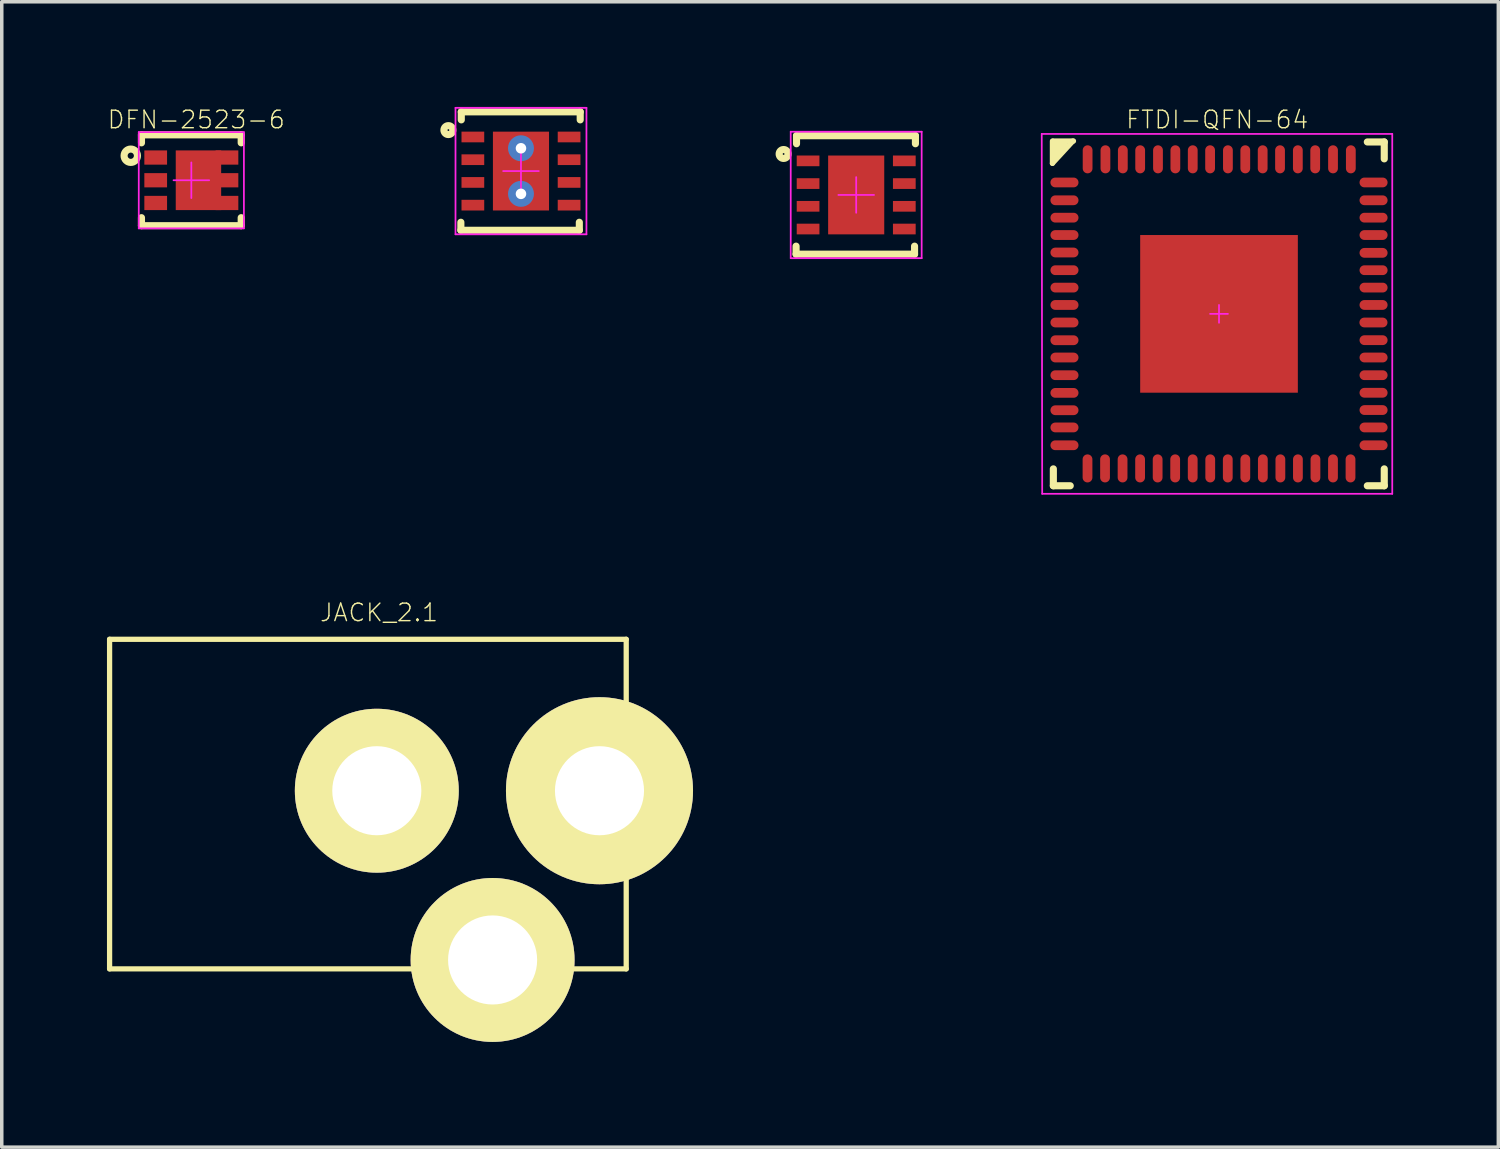
<source format=kicad_pcb>
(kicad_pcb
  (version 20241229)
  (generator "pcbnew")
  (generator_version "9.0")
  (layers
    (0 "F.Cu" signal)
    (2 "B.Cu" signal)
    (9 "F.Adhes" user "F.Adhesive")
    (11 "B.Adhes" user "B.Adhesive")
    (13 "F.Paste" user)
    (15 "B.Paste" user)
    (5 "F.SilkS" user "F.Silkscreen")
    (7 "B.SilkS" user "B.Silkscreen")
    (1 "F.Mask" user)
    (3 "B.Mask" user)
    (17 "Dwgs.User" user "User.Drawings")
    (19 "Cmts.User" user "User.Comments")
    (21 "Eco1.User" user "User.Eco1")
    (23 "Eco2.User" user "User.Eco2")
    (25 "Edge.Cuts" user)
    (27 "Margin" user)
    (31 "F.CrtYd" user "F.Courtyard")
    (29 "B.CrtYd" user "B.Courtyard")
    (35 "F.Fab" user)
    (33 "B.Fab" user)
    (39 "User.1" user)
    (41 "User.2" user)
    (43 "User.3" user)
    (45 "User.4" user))
  (footprint "DFN-3030-8"
    (layer "F.Cu")
    (at 21.365 2.509)
    (property "Reference" "DFN-3030-8" (at -0.279 -2.146 0) (layer "Eco2.User") (effects (font (size 0.5 0.5) (thickness 0.04))))
    (attr smd)
    (fp_line (start -1.714 1.46) (end -1.714 1.689) (stroke (width 0.203) (type solid)) (layer "F.SilkS"))
    (fp_line (start -1.714 1.689) (end 1.664 1.689) (stroke (width 0.203) (type solid)) (layer "F.SilkS"))
    (fp_line (start -1.702 -1.689) (end 1.689 -1.689) (stroke (width 0.203) (type solid)) (layer "F.SilkS"))
    (fp_line (start -1.702 -1.46) (end -1.702 -1.689) (stroke (width 0.203) (type solid)) (layer "F.SilkS"))
    (fp_line (start 1.664 1.689) (end 1.664 1.46) (stroke (width 0.203) (type solid)) (layer "F.SilkS"))
    (fp_line (start 1.689 -1.689) (end 1.689 -1.46) (stroke (width 0.203) (type solid)) (layer "F.SilkS"))
    (fp_circle (center -2.07 -1.168) (end -1.943 -1.168) (stroke (width 0.203) (type solid)) (fill no) (layer "F.SilkS"))
    (fp_line (start -1.867 -1.803) (end -1.867 1.803) (stroke (width 0.05) (type solid)) (layer "F.CrtYd"))
    (fp_line (start -1.867 -1.803) (end 1.867 -1.803) (stroke (width 0.05) (type solid)) (layer "F.CrtYd"))
    (fp_line (start -1.867 1.803) (end 1.867 1.803) (stroke (width 0.05) (type solid)) (layer "F.CrtYd"))
    (fp_line (start -0.508 0) (end 0.508 0) (stroke (width 0.05) (type solid)) (layer "F.CrtYd"))
    (fp_line (start 0 -0.508) (end 0 0.508) (stroke (width 0.05) (type solid)) (layer "F.CrtYd"))
    (fp_line (start 1.867 -1.803) (end 1.867 1.803) (stroke (width 0.05) (type solid)) (layer "F.CrtYd"))
    (pad "1" smd rect (at -1.372 -0.972) (size 0.648 0.305) (layers "F.Cu" "F.Mask" "F.Paste"))
    (pad "2" smd rect (at -1.372 -0.324) (size 0.648 0.305) (layers "F.Cu" "F.Mask" "F.Paste"))
    (pad "3" smd rect (at -1.372 0.324) (size 0.648 0.305) (layers "F.Cu" "F.Mask" "F.Paste"))
    (pad "4" smd rect (at -1.372 0.972) (size 0.648 0.305) (layers "F.Cu" "F.Mask" "F.Paste"))
    (pad "5" smd rect (at 1.372 0.972) (size 0.648 0.305) (layers "F.Cu" "F.Mask" "F.Paste"))
    (pad "6" smd rect (at 1.372 0.324) (size 0.648 0.305) (layers "F.Cu" "F.Mask" "F.Paste"))
    (pad "7" smd rect (at 1.372 -0.324) (size 0.648 0.305) (layers "F.Cu" "F.Mask" "F.Paste"))
    (pad "8" smd rect (at 1.372 -0.972) (size 0.648 0.305) (layers "F.Cu" "F.Mask" "F.Paste"))
    (pad "9" smd rect (at 0 0) (size 1.6 2.248) (layers "F.Cu" "F.Mask" "F.Paste")))
  (footprint "DFN-2523-6"
    (layer "F.Cu")
    (at 2.406 2.09)
    (property "Reference" "DFN-2523-6" (at 0.14 -1.727 0) (layer "F.SilkS") (effects (font (size 0.5 0.5) (thickness 0.04))))
    (attr smd)
    (fp_line (start -1.422 -1.295) (end -1.422 -1.067) (stroke (width 0.203) (type solid)) (layer "F.SilkS"))
    (fp_line (start -1.422 -1.295) (end 1.422 -1.295) (stroke (width 0.203) (type solid)) (layer "F.SilkS"))
    (fp_line (start -1.422 1.067) (end -1.422 1.295) (stroke (width 0.203) (type solid)) (layer "F.SilkS"))
    (fp_line (start -1.422 1.295) (end 1.422 1.295) (stroke (width 0.203) (type solid)) (layer "F.SilkS"))
    (fp_line (start 1.422 -1.295) (end 1.422 -1.067) (stroke (width 0.203) (type solid)) (layer "F.SilkS"))
    (fp_line (start 1.422 1.067) (end 1.422 1.295) (stroke (width 0.203) (type solid)) (layer "F.SilkS"))
    (fp_circle (center -1.727 -0.699) (end -1.638 -0.699) (stroke (width 0.203) (type solid)) (fill no) (layer "F.SilkS"))
    (fp_line (start -1.499 -1.372) (end -1.499 1.372) (stroke (width 0.05) (type solid)) (layer "F.CrtYd"))
    (fp_line (start -1.499 -1.372) (end 1.499 -1.372) (stroke (width 0.05) (type solid)) (layer "F.CrtYd"))
    (fp_line (start -1.499 1.372) (end 1.499 1.372) (stroke (width 0.05) (type solid)) (layer "F.CrtYd"))
    (fp_line (start -0.508 0) (end 0.508 0) (stroke (width 0.05) (type solid)) (layer "F.CrtYd"))
    (fp_line (start 0 -0.508) (end 0 0.508) (stroke (width 0.05) (type solid)) (layer "F.CrtYd"))
    (fp_line (start 1.499 -1.372) (end 1.499 1.372) (stroke (width 0.05) (type solid)) (layer "F.CrtYd"))
    (pad "1" smd rect (at -1.016 -0.648) (size 0.648 0.406) (layers "F.Cu" "F.Mask" "F.Paste"))
    (pad "2" smd rect (at -1.016 0) (size 0.648 0.406) (layers "F.Cu" "F.Mask" "F.Paste"))
    (pad "3" smd rect (at -1.016 0.648) (size 0.648 0.406) (layers "F.Cu" "F.Mask" "F.Paste"))
    (pad "4" smd rect (at 1.016 0.648) (size 0.648 0.406) (layers "F.Cu" "F.Mask" "F.Paste"))
    (pad "5" smd rect (at 1.016 0) (size 0.648 0.406) (layers "F.Cu" "F.Mask" "F.Paste"))
    (pad "6" smd rect (at 0.203 0) (size 1.295 1.702) (layers "F.Cu" "F.Mask" "F.Paste"))
    (pad "6" smd rect (at 1.016 -0.648) (size 0.648 0.406) (layers "F.Cu" "F.Mask" "F.Paste")))
  (footprint "JACK_2.1"
    (layer "F.Cu")
    (at 7.695 19.498)
    (property "Reference" "JACK_2.1" (at 0.064 -5.08 0) (layer "F.SilkS") (effects (font (size 0.5 0.5) (thickness 0.04))))
    (attr through_hole)
    (fp_line (start -7.62 5.08) (end -7.62 -4.318) (stroke (width 0.15) (type solid)) (layer "F.SilkS"))
    (fp_line (start 7.112 -4.318) (end -7.62 -4.318) (stroke (width 0.15) (type solid)) (layer "F.SilkS"))
    (fp_line (start 7.112 5.08) (end -7.62 5.08) (stroke (width 0.15) (type solid)) (layer "F.SilkS"))
    (fp_line (start 7.112 5.08) (end 7.112 -4.318) (stroke (width 0.15) (type solid)) (layer "F.SilkS"))
    (pad "1" thru_hole circle (at 6.35 0) (size 5.334 5.334) (drill 2.54) (layers "*.Cu" "*.Mask" "F.SilkS"))
    (pad "2" thru_hole circle (at 0 0) (size 4.674 4.674) (drill 2.54) (layers "*.Cu" "*.Mask" "F.SilkS"))
    (pad "3" thru_hole circle (at 3.302 4.826) (size 4.674 4.674) (drill 2.54) (layers "*.Cu" "*.Mask" "F.SilkS")))
  (footprint "DFN-3030-8_VIATP"
    (layer "F.Cu")
    (at 11.806 1.828)
    (property "Reference" "DFN-3030-8_VIATP" (at 0.01 0.034 0) (layer "Eco2.User") (effects (font (size 0.5 0.5) (thickness 0.04))))
    (attr smd)
    (fp_line (start -1.714 1.46) (end -1.714 1.689) (stroke (width 0.203) (type solid)) (layer "F.SilkS"))
    (fp_line (start -1.714 1.689) (end 1.664 1.689) (stroke (width 0.203) (type solid)) (layer "F.SilkS"))
    (fp_line (start -1.702 -1.689) (end 1.689 -1.689) (stroke (width 0.203) (type solid)) (layer "F.SilkS"))
    (fp_line (start -1.702 -1.46) (end -1.702 -1.689) (stroke (width 0.203) (type solid)) (layer "F.SilkS"))
    (fp_line (start 1.664 1.689) (end 1.664 1.46) (stroke (width 0.203) (type solid)) (layer "F.SilkS"))
    (fp_line (start 1.689 -1.689) (end 1.689 -1.46) (stroke (width 0.203) (type solid)) (layer "F.SilkS"))
    (fp_circle (center -2.07 -1.168) (end -1.943 -1.168) (stroke (width 0.203) (type solid)) (fill no) (layer "F.SilkS"))
    (fp_line (start -1.867 -1.803) (end -1.867 1.803) (stroke (width 0.05) (type solid)) (layer "F.CrtYd"))
    (fp_line (start -1.867 -1.803) (end 1.867 -1.803) (stroke (width 0.05) (type solid)) (layer "F.CrtYd"))
    (fp_line (start -1.867 1.803) (end 1.867 1.803) (stroke (width 0.05) (type solid)) (layer "F.CrtYd"))
    (fp_line (start -0.508 0) (end 0.508 0) (stroke (width 0.05) (type solid)) (layer "F.CrtYd"))
    (fp_line (start 0 -0.508) (end 0 0.508) (stroke (width 0.05) (type solid)) (layer "F.CrtYd"))
    (fp_line (start 1.867 -1.803) (end 1.867 1.803) (stroke (width 0.05) (type solid)) (layer "F.CrtYd"))
    (pad "1" smd rect (at -1.372 -0.972) (size 0.648 0.305) (layers "F.Cu" "F.Mask" "F.Paste"))
    (pad "2" smd rect (at -1.372 -0.324) (size 0.648 0.305) (layers "F.Cu" "F.Mask" "F.Paste"))
    (pad "3" smd rect (at -1.372 0.324) (size 0.648 0.305) (layers "F.Cu" "F.Mask" "F.Paste"))
    (pad "4" smd rect (at -1.372 0.972) (size 0.648 0.305) (layers "F.Cu" "F.Mask" "F.Paste"))
    (pad "5" smd rect (at 1.372 0.972) (size 0.648 0.305) (layers "F.Cu" "F.Mask" "F.Paste"))
    (pad "6" smd rect (at 1.372 0.324) (size 0.648 0.305) (layers "F.Cu" "F.Mask" "F.Paste"))
    (pad "7" smd rect (at 1.372 -0.324) (size 0.648 0.305) (layers "F.Cu" "F.Mask" "F.Paste"))
    (pad "8" smd rect (at 1.372 -0.972) (size 0.648 0.305) (layers "F.Cu" "F.Mask" "F.Paste"))
    (pad "9" thru_hole circle (at 0 -0.65) (size 0.74 0.74) (drill 0.3) (layers "*.Cu" "*.Mask"))
    (pad "9" smd rect (at 0 0) (size 1.6 2.248) (layers "F.Cu" "F.Mask" "F.Paste"))
    (pad "9" thru_hole circle (at 0 0.65) (size 0.74 0.74) (drill 0.3) (layers "*.Cu" "*.Mask")))
  (footprint "FTDI-QFN-64"
    (layer "F.Cu")
    (at 31.711 5.9)
    (property "Reference" "FTDI-QFN-64" (at -0.051 -5.537 0) (layer "F.SilkS") (effects (font (size 0.5 0.5) (thickness 0.04))))
    (attr smd)
    (fp_line (start -4.75 -4.928) (end -4.75 -4.293) (stroke (width 0.15) (type solid)) (layer "F.SilkS"))
    (fp_line (start -4.75 -4.293) (end -4.166 -4.928) (stroke (width 0.15) (type solid)) (layer "F.SilkS"))
    (fp_line (start -4.725 -4.929) (end -4.15 -4.929) (stroke (width 0.15) (type solid)) (layer "F.SilkS"))
    (fp_line (start -4.724 4.42) (end -4.724 4.902) (stroke (width 0.203) (type solid)) (layer "F.SilkS"))
    (fp_line (start -4.674 -4.801) (end -4.369 -4.801) (stroke (width 0.15) (type solid)) (layer "F.SilkS"))
    (fp_line (start -4.674 -4.496) (end -4.674 -4.801) (stroke (width 0.15) (type solid)) (layer "F.SilkS"))
    (fp_line (start -4.623 -4.724) (end -4.521 -4.724) (stroke (width 0.15) (type solid)) (layer "F.SilkS"))
    (fp_line (start -4.369 -4.801) (end -4.597 -4.597) (stroke (width 0.15) (type solid)) (layer "F.SilkS"))
    (fp_line (start -4.242 4.902) (end -4.724 4.902) (stroke (width 0.203) (type solid)) (layer "F.SilkS"))
    (fp_line (start 4.712 -4.902) (end 4.229 -4.902) (stroke (width 0.203) (type solid)) (layer "F.SilkS"))
    (fp_line (start 4.712 -4.902) (end 4.712 -4.42) (stroke (width 0.203) (type solid)) (layer "F.SilkS"))
    (fp_line (start 4.712 4.42) (end 4.712 4.902) (stroke (width 0.203) (type solid)) (layer "F.SilkS"))
    (fp_line (start 4.712 4.902) (end 4.229 4.902) (stroke (width 0.203) (type solid)) (layer "F.SilkS"))
    (fp_line (start -5.055 -5.131) (end -5.042 5.131) (stroke (width 0.05) (type solid)) (layer "F.CrtYd"))
    (fp_line (start -5.055 -5.131) (end 4.94 -5.131) (stroke (width 0.05) (type solid)) (layer "F.CrtYd"))
    (fp_line (start -0.254 0) (end 0.254 0) (stroke (width 0.05) (type solid)) (layer "F.CrtYd"))
    (fp_line (start 0 -0.254) (end 0 0.254) (stroke (width 0.05) (type solid)) (layer "F.CrtYd"))
    (fp_line (start 4.94 -5.131) (end 4.94 5.131) (stroke (width 0.05) (type solid)) (layer "F.CrtYd"))
    (fp_line (start 4.94 5.131) (end -5.042 5.131) (stroke (width 0.05) (type solid)) (layer "F.CrtYd"))
    (pad "1" smd oval (at -4.407 -3.747) (size 0.8 0.279) (layers "F.Cu" "F.Mask" "F.Paste"))
    (pad "2" smd oval (at -4.407 -3.239) (size 0.8 0.279) (layers "F.Cu" "F.Mask" "F.Paste"))
    (pad "3" smd oval (at -4.407 -2.743) (size 0.8 0.279) (layers "F.Cu" "F.Mask" "F.Paste"))
    (pad "4" smd oval (at -4.407 -2.248) (size 0.8 0.279) (layers "F.Cu" "F.Mask" "F.Paste"))
    (pad "5" smd oval (at -4.407 -1.75) (size 0.8 0.279) (layers "F.Cu" "F.Mask" "F.Paste"))
    (pad "6" smd oval (at -4.407 -1.245) (size 0.8 0.279) (layers "F.Cu" "F.Mask" "F.Paste"))
    (pad "7" smd oval (at -4.407 -0.749) (size 0.8 0.279) (layers "F.Cu" "F.Mask" "F.Paste"))
    (pad "8" smd oval (at -4.407 -0.254) (size 0.8 0.279) (layers "F.Cu" "F.Mask" "F.Paste"))
    (pad "9" smd oval (at -4.407 0.246) (size 0.8 0.279) (layers "F.Cu" "F.Mask" "F.Paste"))
    (pad "10" smd oval (at -4.407 0.752) (size 0.8 0.279) (layers "F.Cu" "F.Mask" "F.Paste"))
    (pad "11" smd oval (at -4.407 1.245) (size 0.8 0.279) (layers "F.Cu" "F.Mask" "F.Paste"))
    (pad "12" smd oval (at -4.407 1.749) (size 0.8 0.279) (layers "F.Cu" "F.Mask" "F.Paste"))
    (pad "13" smd oval (at -4.407 2.253) (size 0.8 0.279) (layers "F.Cu" "F.Mask" "F.Paste"))
    (pad "14" smd oval (at -4.407 2.748) (size 0.8 0.279) (layers "F.Cu" "F.Mask" "F.Paste"))
    (pad "15" smd oval (at -4.407 3.239) (size 0.8 0.279) (layers "F.Cu" "F.Mask" "F.Paste"))
    (pad "16" smd oval (at -4.407 3.747) (size 0.8 0.279) (layers "F.Cu" "F.Mask" "F.Paste"))
    (pad "17" smd oval (at -3.75 4.407 90) (size 0.8 0.279) (layers "F.Cu" "F.Mask" "F.Paste"))
    (pad "18" smd oval (at -3.25 4.407 90) (size 0.8 0.279) (layers "F.Cu" "F.Mask" "F.Paste"))
    (pad "19" smd oval (at -2.75 4.407 90) (size 0.8 0.279) (layers "F.Cu" "F.Mask" "F.Paste"))
    (pad "20" smd oval (at -2.25 4.407 90) (size 0.8 0.279) (layers "F.Cu" "F.Mask" "F.Paste"))
    (pad "21" smd oval (at -1.75 4.407 90) (size 0.8 0.279) (layers "F.Cu" "F.Mask" "F.Paste"))
    (pad "22" smd oval (at -1.25 4.407 90) (size 0.8 0.279) (layers "F.Cu" "F.Mask" "F.Paste"))
    (pad "23" smd oval (at -0.75 4.407 90) (size 0.8 0.279) (layers "F.Cu" "F.Mask" "F.Paste"))
    (pad "24" smd oval (at -0.25 4.407 90) (size 0.8 0.279) (layers "F.Cu" "F.Mask" "F.Paste"))
    (pad "25" smd oval (at 0.25 4.407 90) (size 0.8 0.279) (layers "F.Cu" "F.Mask" "F.Paste"))
    (pad "26" smd oval (at 0.75 4.407 90) (size 0.8 0.279) (layers "F.Cu" "F.Mask" "F.Paste"))
    (pad "27" smd oval (at 1.25 4.407 90) (size 0.8 0.279) (layers "F.Cu" "F.Mask" "F.Paste"))
    (pad "28" smd oval (at 1.75 4.407 90) (size 0.8 0.279) (layers "F.Cu" "F.Mask" "F.Paste"))
    (pad "29" smd oval (at 2.25 4.407 90) (size 0.8 0.279) (layers "F.Cu" "F.Mask" "F.Paste"))
    (pad "30" smd oval (at 2.75 4.407 90) (size 0.8 0.279) (layers "F.Cu" "F.Mask" "F.Paste"))
    (pad "31" smd oval (at 3.25 4.407 90) (size 0.8 0.279) (layers "F.Cu" "F.Mask" "F.Paste"))
    (pad "32" smd oval (at 3.75 4.407 90) (size 0.8 0.279) (layers "F.Cu" "F.Mask" "F.Paste"))
    (pad "33" smd oval (at 4.407 3.747) (size 0.8 0.279) (layers "F.Cu" "F.Mask" "F.Paste"))
    (pad "34" smd oval (at 4.407 3.239) (size 0.8 0.279) (layers "F.Cu" "F.Mask" "F.Paste"))
    (pad "35" smd oval (at 4.407 2.743) (size 0.8 0.279) (layers "F.Cu" "F.Mask" "F.Paste"))
    (pad "36" smd oval (at 4.407 2.25) (size 0.8 0.279) (layers "F.Cu" "F.Mask" "F.Paste"))
    (pad "37" smd oval (at 4.407 1.749) (size 0.8 0.279) (layers "F.Cu" "F.Mask" "F.Paste"))
    (pad "38" smd oval (at 4.407 1.245) (size 0.8 0.279) (layers "F.Cu" "F.Mask" "F.Paste"))
    (pad "39" smd oval (at 4.407 0.75) (size 0.8 0.279) (layers "F.Cu" "F.Mask" "F.Paste"))
    (pad "40" smd oval (at 4.404 0.246) (size 0.8 0.279) (layers "F.Cu" "F.Mask" "F.Paste"))
    (pad "41" smd oval (at 4.407 -0.254) (size 0.8 0.279) (layers "F.Cu" "F.Mask" "F.Paste"))
    (pad "42" smd oval (at 4.407 -0.749) (size 0.8 0.279) (layers "F.Cu" "F.Mask" "F.Paste"))
    (pad "43" smd oval (at 4.407 -1.245) (size 0.8 0.279) (layers "F.Cu" "F.Mask" "F.Paste"))
    (pad "44" smd oval (at 4.407 -1.74) (size 0.8 0.279) (layers "F.Cu" "F.Mask" "F.Paste"))
    (pad "45" smd oval (at 4.407 -2.248) (size 0.8 0.279) (layers "F.Cu" "F.Mask" "F.Paste"))
    (pad "46" smd oval (at 4.407 -2.743) (size 0.8 0.279) (layers "F.Cu" "F.Mask" "F.Paste"))
    (pad "47" smd oval (at 4.407 -3.239) (size 0.8 0.279) (layers "F.Cu" "F.Mask" "F.Paste"))
    (pad "48" smd oval (at 4.407 -3.747) (size 0.8 0.279) (layers "F.Cu" "F.Mask" "F.Paste"))
    (pad "49" smd oval (at 3.759 -4.407 90) (size 0.8 0.279) (layers "F.Cu" "F.Mask" "F.Paste"))
    (pad "50" smd oval (at 3.251 -4.407 90) (size 0.8 0.279) (layers "F.Cu" "F.Mask" "F.Paste"))
    (pad "51" smd oval (at 2.743 -4.407 90) (size 0.8 0.279) (layers "F.Cu" "F.Mask" "F.Paste"))
    (pad "52" smd oval (at 2.248 -4.407 90) (size 0.8 0.279) (layers "F.Cu" "F.Mask" "F.Paste"))
    (pad "53" smd oval (at 1.74 -4.407 90) (size 0.8 0.279) (layers "F.Cu" "F.Mask" "F.Paste"))
    (pad "54" smd oval (at 1.245 -4.407 90) (size 0.8 0.279) (layers "F.Cu" "F.Mask" "F.Paste"))
    (pad "55" smd oval (at 0.749 -4.407 90) (size 0.8 0.279) (layers "F.Cu" "F.Mask" "F.Paste"))
    (pad "56" smd oval (at 0.254 -4.407 90) (size 0.8 0.279) (layers "F.Cu" "F.Mask" "F.Paste"))
    (pad "57" smd oval (at -0.254 -4.407 90) (size 0.8 0.279) (layers "F.Cu" "F.Mask" "F.Paste"))
    (pad "58" smd oval (at -0.749 -4.407 90) (size 0.8 0.279) (layers "F.Cu" "F.Mask" "F.Paste"))
    (pad "59" smd oval (at -1.245 -4.407 90) (size 0.8 0.279) (layers "F.Cu" "F.Mask" "F.Paste"))
    (pad "60" smd oval (at -1.74 -4.407 90) (size 0.8 0.279) (layers "F.Cu" "F.Mask" "F.Paste"))
    (pad "61" smd oval (at -2.248 -4.407 90) (size 0.8 0.279) (layers "F.Cu" "F.Mask" "F.Paste"))
    (pad "62" smd oval (at -2.743 -4.407 90) (size 0.8 0.279) (layers "F.Cu" "F.Mask" "F.Paste"))
    (pad "63" smd oval (at -3.239 -4.407 90) (size 0.8 0.279) (layers "F.Cu" "F.Mask" "F.Paste"))
    (pad "64" smd oval (at -3.747 -4.407 90) (size 0.8 0.279) (layers "F.Cu" "F.Mask" "F.Paste"))
    (pad "65" smd rect (at 0 0) (size 4.496 4.496) (layers "F.Cu" "F.Mask" "F.Paste")))
  (gr_rect
    (start -3 -3)
    (end 39.676 29.661)
    (stroke (width 0.1) (type default))
    (fill no)
    (layer "Edge.Cuts")))
</source>
